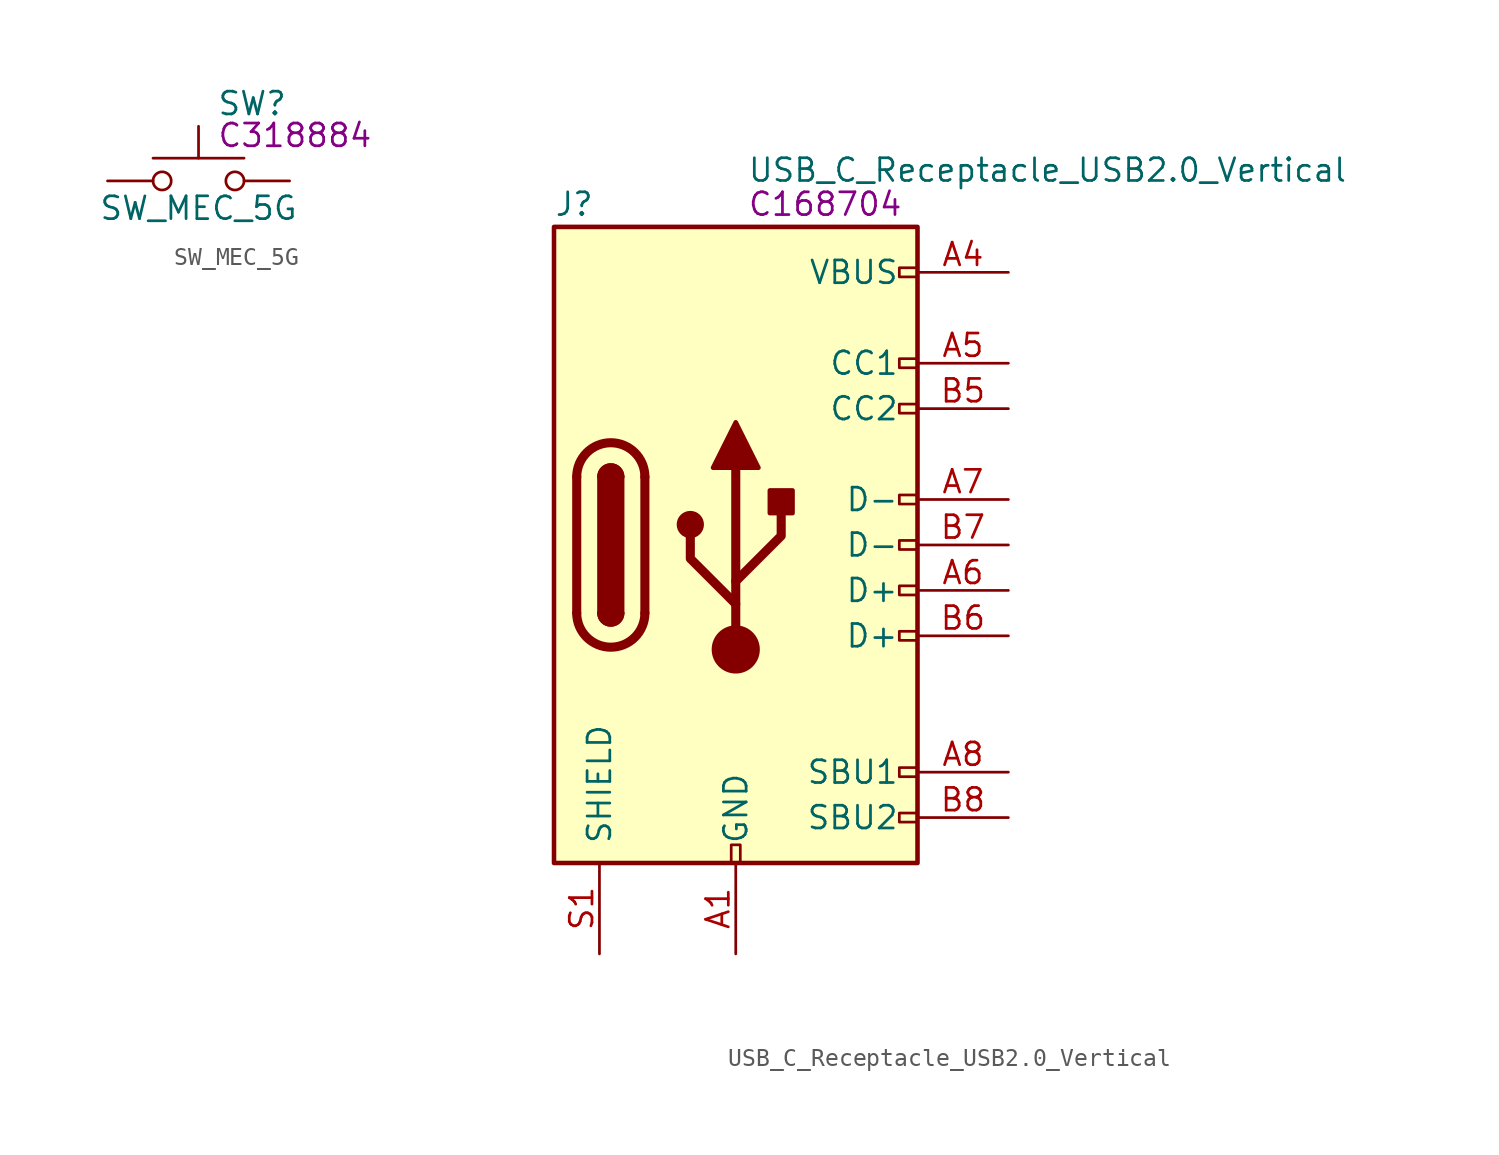
<source format=kicad_sym>
(kicad_symbol_lib
  (version 20211014)
  (generator kicad_symbol_editor)
  (symbol "SW_MEC_5G"
    (pin_numbers hide)
    (pin_names
      (offset 1.016) hide)
    (property "Reference" "SW"
      (at 1.016 4.318 0)
      (effects (font (size 1.27 1.27)) (justify left)))
    (property "Value" "SW_MEC_5G"
      (at 0 -1.524 0)
      (effects (font (size 1.27 1.27))))
    (property "LCSC" "C318884"
      (at 1.016 2.54 0)
      (effects (font (size 1.27 1.27)) (justify left)))
    (symbol "SW_MEC_5G_0_1"
      (circle (center -2.032 0) (radius 0.508) (stroke (width 0) (type default) (color 0 0 0 0)) (fill (type none)))
      (polyline (pts (xy 0 1.27) (xy 0 3.048)) (stroke (width 0) (type default) (color 0 0 0 0)) (fill (type none)))
      (polyline (pts (xy 2.54 1.27) (xy -2.54 1.27)) (stroke (width 0) (type default) (color 0 0 0 0)) (fill (type none)))
      (circle (center 2.032 0) (radius 0.508) (stroke (width 0) (type default) (color 0 0 0 0)) (fill (type none)))
      (pin passive line (at -5.08 0 0) (length 2.54) (name "A" (effects (font (size 1.27 1.27)))) (number "1" (effects (font (size 1.27 1.27)))))
      (pin passive line (at 5.08 0 180) (length 2.54) (name "B" (effects (font (size 1.27 1.27)))) (number "3" (effects (font (size 1.27 1.27))))))
    (symbol "SW_MEC_5G_1_1"
      (pin passive line (at -5.08 0 0) (length 2.54) hide (name "A" (effects (font (size 1.27 1.27)))) (number "2" (effects (font (size 1.27 1.27)))))
      (pin passive line (at 5.08 0 180) (length 2.54) hide (name "B" (effects (font (size 1.27 1.27)))) (number "4" (effects (font (size 1.27 1.27)))))))
  (symbol "USB_C_Receptacle_USB2.0_Vertical"
    (pin_names
      (offset 1.016))
    (property "Reference" "J"
      (at -10.16 19.05 0)
      (effects (font (size 1.27 1.27)) (justify left)))
    (property "Value" "USB_C_Receptacle_USB2.0_Vertical"
      (at 0.635 20.955 0)
      (effects (font (size 1.27 1.27)) (justify left)))
    (property "LCSC" "C168704"
      (at 0.635 19.05 0)
      (effects (font (size 1.27 1.27)) (justify left)))
    (symbol "USB_C_Receptacle_USB2.0_Vertical_0_0"
      (rectangle (start -0.254 -17.78) (end 0.254 -16.764) (stroke (width 0) (type default) (color 0 0 0 0)) (fill (type none)))
      (rectangle (start 10.16 -14.986) (end 9.144 -15.494) (stroke (width 0) (type default) (color 0 0 0 0)) (fill (type none)))
      (rectangle (start 10.16 -12.446) (end 9.144 -12.954) (stroke (width 0) (type default) (color 0 0 0 0)) (fill (type none)))
      (rectangle (start 10.16 -4.826) (end 9.144 -5.334) (stroke (width 0) (type default) (color 0 0 0 0)) (fill (type none)))
      (rectangle (start 10.16 -2.286) (end 9.144 -2.794) (stroke (width 0) (type default) (color 0 0 0 0)) (fill (type none)))
      (rectangle (start 10.16 0.254) (end 9.144 -0.254) (stroke (width 0) (type default) (color 0 0 0 0)) (fill (type none)))
      (rectangle (start 10.16 2.794) (end 9.144 2.286) (stroke (width 0) (type default) (color 0 0 0 0)) (fill (type none)))
      (rectangle (start 10.16 7.874) (end 9.144 7.366) (stroke (width 0) (type default) (color 0 0 0 0)) (fill (type none)))
      (rectangle (start 10.16 10.414) (end 9.144 9.906) (stroke (width 0) (type default) (color 0 0 0 0)) (fill (type none)))
      (rectangle (start 10.16 15.494) (end 9.144 14.986) (stroke (width 0) (type default) (color 0 0 0 0)) (fill (type none))))
    (symbol "USB_C_Receptacle_USB2.0_Vertical_0_1"
      (rectangle (start -10.16 17.78) (end 10.16 -17.78) (stroke (width 0.254) (type default) (color 0 0 0 0)) (fill (type background)))
      (arc (start -8.89 -3.81) (mid -6.985 -5.715) (end -5.08 -3.81) (stroke (width 0.508) (type default) (color 0 0 0 0)) (fill (type none)))
      (arc (start -7.62 -3.81) (mid -6.985 -4.445) (end -6.35 -3.81) (stroke (width 0.254) (type default) (color 0 0 0 0)) (fill (type none)))
      (arc (start -7.62 -3.81) (mid -6.985 -4.445) (end -6.35 -3.81) (stroke (width 0.254) (type default) (color 0 0 0 0)) (fill (type outline)))
      (rectangle (start -7.62 -3.81) (end -6.35 3.81) (stroke (width 0.254) (type default) (color 0 0 0 0)) (fill (type outline)))
      (arc (start -6.35 3.81) (mid -6.985 4.445) (end -7.62 3.81) (stroke (width 0.254) (type default) (color 0 0 0 0)) (fill (type none)))
      (arc (start -6.35 3.81) (mid -6.985 4.445) (end -7.62 3.81) (stroke (width 0.254) (type default) (color 0 0 0 0)) (fill (type outline)))
      (arc (start -5.08 3.81) (mid -6.985 5.715) (end -8.89 3.81) (stroke (width 0.508) (type default) (color 0 0 0 0)) (fill (type none)))
      (circle (center -2.54 1.143) (radius 0.635) (stroke (width 0.254) (type default) (color 0 0 0 0)) (fill (type outline)))
      (circle (center 0 -5.842) (radius 1.27) (stroke (width 0) (type default) (color 0 0 0 0)) (fill (type outline)))
      (polyline (pts (xy -8.89 -3.81) (xy -8.89 3.81)) (stroke (width 0.508) (type default) (color 0 0 0 0)) (fill (type none)))
      (polyline (pts (xy -5.08 3.81) (xy -5.08 -3.81)) (stroke (width 0.508) (type default) (color 0 0 0 0)) (fill (type none)))
      (polyline (pts (xy 0 -5.842) (xy 0 4.318)) (stroke (width 0.508) (type default) (color 0 0 0 0)) (fill (type none)))
      (polyline (pts (xy 0 -3.302) (xy -2.54 -0.762) (xy -2.54 0.508)) (stroke (width 0.508) (type default) (color 0 0 0 0)) (fill (type none)))
      (polyline (pts (xy 0 -2.032) (xy 2.54 0.508) (xy 2.54 1.778)) (stroke (width 0.508) (type default) (color 0 0 0 0)) (fill (type none)))
      (polyline (pts (xy -1.27 4.318) (xy 0 6.858) (xy 1.27 4.318) (xy -1.27 4.318)) (stroke (width 0.254) (type default) (color 0 0 0 0)) (fill (type outline)))
      (rectangle (start 1.905 1.778) (end 3.175 3.048) (stroke (width 0.254) (type default) (color 0 0 0 0)) (fill (type outline))))
    (symbol "USB_C_Receptacle_USB2.0_Vertical_1_1"
      (pin passive line (at 0 -22.86 90) (length 5.08) (name "GND" (effects (font (size 1.27 1.27)))) (number "A1" (effects (font (size 1.27 1.27)))))
      (pin passive line (at 0 -22.86 90) (length 5.08) hide (name "GND" (effects (font (size 1.27 1.27)))) (number "A12" (effects (font (size 1.27 1.27)))))
      (pin passive line (at 15.24 15.24 180) (length 5.08) (name "VBUS" (effects (font (size 1.27 1.27)))) (number "A4" (effects (font (size 1.27 1.27)))))
      (pin bidirectional line (at 15.24 10.16 180) (length 5.08) (name "CC1" (effects (font (size 1.27 1.27)))) (number "A5" (effects (font (size 1.27 1.27)))))
      (pin bidirectional line (at 15.24 -2.54 180) (length 5.08) (name "D+" (effects (font (size 1.27 1.27)))) (number "A6" (effects (font (size 1.27 1.27)))))
      (pin bidirectional line (at 15.24 2.54 180) (length 5.08) (name "D-" (effects (font (size 1.27 1.27)))) (number "A7" (effects (font (size 1.27 1.27)))))
      (pin bidirectional line (at 15.24 -12.7 180) (length 5.08) (name "SBU1" (effects (font (size 1.27 1.27)))) (number "A8" (effects (font (size 1.27 1.27)))))
      (pin passive line (at 15.24 15.24 180) (length 5.08) hide (name "VBUS" (effects (font (size 1.27 1.27)))) (number "A9" (effects (font (size 1.27 1.27)))))
      (pin passive line (at 0 -22.86 90) (length 5.08) hide (name "GND" (effects (font (size 1.27 1.27)))) (number "B1" (effects (font (size 1.27 1.27)))))
      (pin passive line (at 0 -22.86 90) (length 5.08) hide (name "GND" (effects (font (size 1.27 1.27)))) (number "B12" (effects (font (size 1.27 1.27)))))
      (pin passive line (at 15.24 15.24 180) (length 5.08) hide (name "VBUS" (effects (font (size 1.27 1.27)))) (number "B4" (effects (font (size 1.27 1.27)))))
      (pin bidirectional line (at 15.24 7.62 180) (length 5.08) (name "CC2" (effects (font (size 1.27 1.27)))) (number "B5" (effects (font (size 1.27 1.27)))))
      (pin bidirectional line (at 15.24 -5.08 180) (length 5.08) (name "D+" (effects (font (size 1.27 1.27)))) (number "B6" (effects (font (size 1.27 1.27)))))
      (pin bidirectional line (at 15.24 0 180) (length 5.08) (name "D-" (effects (font (size 1.27 1.27)))) (number "B7" (effects (font (size 1.27 1.27)))))
      (pin bidirectional line (at 15.24 -15.24 180) (length 5.08) (name "SBU2" (effects (font (size 1.27 1.27)))) (number "B8" (effects (font (size 1.27 1.27)))))
      (pin passive line (at 15.24 15.24 180) (length 5.08) hide (name "VBUS" (effects (font (size 1.27 1.27)))) (number "B9" (effects (font (size 1.27 1.27)))))
      (pin passive line (at -7.62 -22.86 90) (length 5.08) (name "SHIELD" (effects (font (size 1.27 1.27)))) (number "S1" (effects (font (size 1.27 1.27))))))))
</source>
